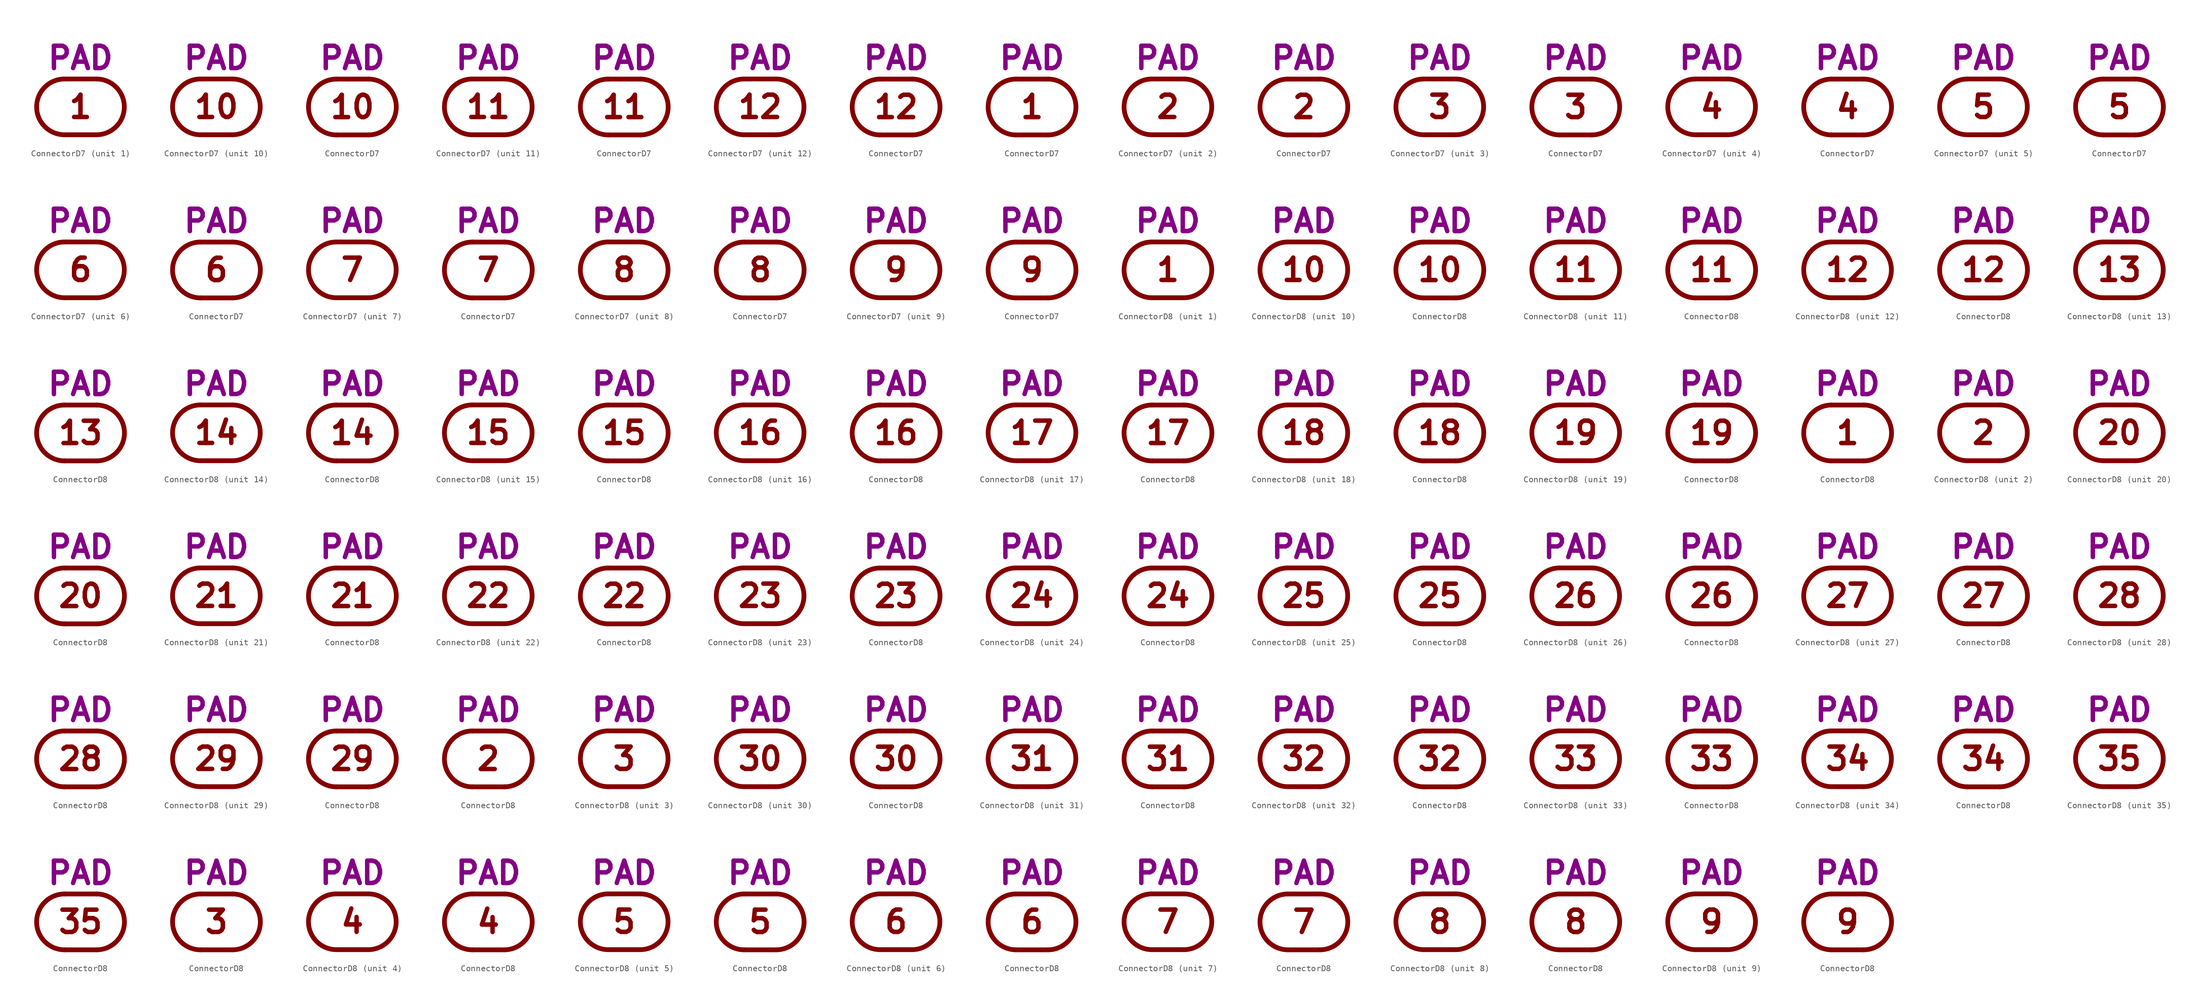
<source format=kicad_sym>
(kicad_symbol_lib
  (version 20211014)
  (generator kicad_symbol_editor)
  (symbol "ConnectorD7"
    (pin_numbers hide)
    (pin_names
      (offset 0) hide)
    (property "Reference" "J"
      (at 0 8.255 0)
      (effects (font (size 3.556 3.556)) hide))
    (property "Caption" "PAD"
      (at 0 5.715 0)
      (effects (font (size 3.556 3.556) bold) (justify bottom)))
    (property "ki_locked" ""
      (at 0 0 0)
      (effects (font (size 1.27 1.27))))
    (symbol "ConnectorD7_0_0"
      (arc (start -2.54 4.445) (mid -6.985 0) (end -2.54 -4.445) (stroke (width 0.762) (type default) (color 0 0 0 0)) (fill (type none)))
      (polyline (pts (xy -2.54 -4.445) (xy 2.54 -4.445)) (stroke (width 0.762) (type default) (color 0 0 0 0)) (fill (type none)))
      (polyline (pts (xy -2.54 4.445) (xy 2.54 4.445)) (stroke (width 0.762) (type default) (color 0 0 0 0)) (fill (type none)))
      (arc (start 2.54 -4.445) (mid 6.985 0) (end 2.54 4.445) (stroke (width 0.762) (type default) (color 0 0 0 0)) (fill (type none))))
    (symbol "ConnectorD7_1_0"
      (text "1" (at 0 0 0) (effects (font (size 3.556 3.556) bold))))
    (symbol "ConnectorD7_1_1"
      (pin passive line (at 6.985 0 180) (length 0) (name "1" (effects (font (size 3.556 3.556)))) (number "1" (effects (font (size 3.556 3.556))))))
    (symbol "ConnectorD7_1_2"
      (pin passive line (at 0 4.445 270) (length 0) (name "1" (effects (font (size 3.556 3.556)))) (number "1" (effects (font (size 3.556 3.556))))))
    (symbol "ConnectorD7_2_0"
      (text "2" (at 0 0 0) (effects (font (size 3.556 3.556) bold))))
    (symbol "ConnectorD7_2_1"
      (pin passive line (at 6.985 0 180) (length 0) (name "2" (effects (font (size 3.556 3.556)))) (number "2" (effects (font (size 3.556 3.556))))))
    (symbol "ConnectorD7_2_2"
      (pin passive line (at 0 4.445 270) (length 0) (name "2" (effects (font (size 3.556 3.556)))) (number "2" (effects (font (size 3.556 3.556))))))
    (symbol "ConnectorD7_3_0"
      (text "3" (at 0 0 0) (effects (font (size 3.556 3.556) bold))))
    (symbol "ConnectorD7_3_1"
      (pin passive line (at 6.985 0 180) (length 0) (name "3" (effects (font (size 3.556 3.556)))) (number "3" (effects (font (size 3.556 3.556))))))
    (symbol "ConnectorD7_3_2"
      (pin passive line (at 0 4.445 270) (length 0) (name "3" (effects (font (size 3.556 3.556)))) (number "3" (effects (font (size 3.556 3.556))))))
    (symbol "ConnectorD7_4_0"
      (text "4" (at 0 0 0) (effects (font (size 3.556 3.556) bold))))
    (symbol "ConnectorD7_4_1"
      (pin passive line (at 6.985 0 180) (length 0) (name "4" (effects (font (size 3.556 3.556)))) (number "4" (effects (font (size 3.556 3.556))))))
    (symbol "ConnectorD7_4_2"
      (pin passive line (at 0 4.445 270) (length 0) (name "4" (effects (font (size 3.556 3.556)))) (number "4" (effects (font (size 3.556 3.556))))))
    (symbol "ConnectorD7_5_0"
      (text "5" (at 0 0 0) (effects (font (size 3.556 3.556) bold))))
    (symbol "ConnectorD7_5_1"
      (pin passive line (at 6.985 0 180) (length 0) (name "5" (effects (font (size 3.556 3.556)))) (number "5" (effects (font (size 3.556 3.556))))))
    (symbol "ConnectorD7_5_2"
      (pin passive line (at 0 4.445 270) (length 0) (name "5" (effects (font (size 3.556 3.556)))) (number "5" (effects (font (size 3.556 3.556))))))
    (symbol "ConnectorD7_6_0"
      (text "6" (at 0 0 0) (effects (font (size 3.556 3.556) bold))))
    (symbol "ConnectorD7_6_1"
      (pin passive line (at 6.985 0 180) (length 0) (name "6" (effects (font (size 3.556 3.556)))) (number "6" (effects (font (size 3.556 3.556))))))
    (symbol "ConnectorD7_6_2"
      (pin passive line (at 0 4.445 270) (length 0) (name "6" (effects (font (size 3.556 3.556)))) (number "6" (effects (font (size 3.556 3.556))))))
    (symbol "ConnectorD7_7_0"
      (text "7" (at 0 0 0) (effects (font (size 3.556 3.556) bold))))
    (symbol "ConnectorD7_7_1"
      (pin passive line (at 6.985 0 180) (length 0) (name "7" (effects (font (size 3.556 3.556)))) (number "7" (effects (font (size 3.556 3.556))))))
    (symbol "ConnectorD7_7_2"
      (pin passive line (at 0 4.445 270) (length 0) (name "7" (effects (font (size 3.556 3.556)))) (number "7" (effects (font (size 3.556 3.556))))))
    (symbol "ConnectorD7_8_0"
      (text "8" (at 0 0 0) (effects (font (size 3.556 3.556) bold))))
    (symbol "ConnectorD7_8_1"
      (pin passive line (at 6.985 0 180) (length 0) (name "8" (effects (font (size 3.556 3.556)))) (number "8" (effects (font (size 3.556 3.556))))))
    (symbol "ConnectorD7_8_2"
      (pin passive line (at 0 4.445 270) (length 0) (name "8" (effects (font (size 3.556 3.556)))) (number "8" (effects (font (size 3.556 3.556))))))
    (symbol "ConnectorD7_9_0"
      (text "9" (at 0 0 0) (effects (font (size 3.556 3.556) bold))))
    (symbol "ConnectorD7_9_1"
      (pin passive line (at 6.985 0 180) (length 0) (name "9" (effects (font (size 3.556 3.556)))) (number "9" (effects (font (size 3.556 3.556))))))
    (symbol "ConnectorD7_9_2"
      (pin passive line (at 0 4.445 270) (length 0) (name "9" (effects (font (size 3.556 3.556)))) (number "9" (effects (font (size 3.556 3.556))))))
    (symbol "ConnectorD7_10_0"
      (text "10" (at 0 0 0) (effects (font (size 3.556 3.556) bold))))
    (symbol "ConnectorD7_10_1"
      (pin passive line (at 6.985 0 180) (length 0) (name "10" (effects (font (size 3.556 3.556)))) (number "10" (effects (font (size 3.556 3.556))))))
    (symbol "ConnectorD7_10_2"
      (pin passive line (at 0 4.445 270) (length 0) (name "10" (effects (font (size 3.556 3.556)))) (number "10" (effects (font (size 3.556 3.556))))))
    (symbol "ConnectorD7_11_0"
      (text "11" (at 0 0 0) (effects (font (size 3.556 3.556) bold))))
    (symbol "ConnectorD7_11_1"
      (pin passive line (at 6.985 0 180) (length 0) (name "11" (effects (font (size 3.556 3.556)))) (number "11" (effects (font (size 3.556 3.556))))))
    (symbol "ConnectorD7_11_2"
      (pin passive line (at 0 4.445 270) (length 0) (name "11" (effects (font (size 3.556 3.556)))) (number "11" (effects (font (size 3.556 3.556))))))
    (symbol "ConnectorD7_12_0"
      (text "12" (at 0 0 0) (effects (font (size 3.556 3.556) bold))))
    (symbol "ConnectorD7_12_1"
      (pin passive line (at 6.985 0 180) (length 0) (name "12" (effects (font (size 3.556 3.556)))) (number "12" (effects (font (size 3.556 3.556))))))
    (symbol "ConnectorD7_12_2"
      (pin passive line (at 0 4.445 270) (length 0) (name "12" (effects (font (size 3.556 3.556)))) (number "12" (effects (font (size 3.556 3.556)))))))
  (symbol "ConnectorD8"
    (pin_numbers hide)
    (pin_names
      (offset 0) hide)
    (property "Reference" "J"
      (at 0 8.255 0)
      (effects (font (size 3.556 3.556)) hide))
    (property "Caption" "PAD"
      (at 0 5.715 0)
      (effects (font (size 3.556 3.556) bold) (justify bottom)))
    (property "ki_locked" ""
      (at 0 0 0)
      (effects (font (size 1.27 1.27))))
    (symbol "ConnectorD8_0_0"
      (arc (start -2.54 4.445) (mid -6.985 0) (end -2.54 -4.445) (stroke (width 0.762) (type default) (color 0 0 0 0)) (fill (type none)))
      (polyline (pts (xy -2.54 -4.445) (xy 2.54 -4.445)) (stroke (width 0.762) (type default) (color 0 0 0 0)) (fill (type none)))
      (polyline (pts (xy -2.54 4.445) (xy 2.54 4.445)) (stroke (width 0.762) (type default) (color 0 0 0 0)) (fill (type none)))
      (arc (start 2.54 -4.445) (mid 6.985 0) (end 2.54 4.445) (stroke (width 0.762) (type default) (color 0 0 0 0)) (fill (type none))))
    (symbol "ConnectorD8_1_0"
      (text "1" (at 0 0 0) (effects (font (size 3.556 3.556) bold))))
    (symbol "ConnectorD8_1_1"
      (pin passive line (at 6.985 0 180) (length 0) (name "1" (effects (font (size 3.556 3.556)))) (number "1" (effects (font (size 3.556 3.556))))))
    (symbol "ConnectorD8_1_2"
      (pin passive line (at 0 4.445 270) (length 0) (name "1" (effects (font (size 3.556 3.556)))) (number "1" (effects (font (size 3.556 3.556))))))
    (symbol "ConnectorD8_2_0"
      (text "2" (at 0 0 0) (effects (font (size 3.556 3.556) bold))))
    (symbol "ConnectorD8_2_1"
      (pin passive line (at 6.985 0 180) (length 0) (name "2" (effects (font (size 3.556 3.556)))) (number "2" (effects (font (size 3.556 3.556))))))
    (symbol "ConnectorD8_2_2"
      (pin passive line (at 0 4.445 270) (length 0) (name "2" (effects (font (size 3.556 3.556)))) (number "2" (effects (font (size 3.556 3.556))))))
    (symbol "ConnectorD8_3_0"
      (text "3" (at 0 0 0) (effects (font (size 3.556 3.556) bold))))
    (symbol "ConnectorD8_3_1"
      (pin passive line (at 6.985 0 180) (length 0) (name "3" (effects (font (size 3.556 3.556)))) (number "3" (effects (font (size 3.556 3.556))))))
    (symbol "ConnectorD8_3_2"
      (pin passive line (at 0 4.445 270) (length 0) (name "3" (effects (font (size 3.556 3.556)))) (number "3" (effects (font (size 3.556 3.556))))))
    (symbol "ConnectorD8_4_0"
      (text "4" (at 0 0 0) (effects (font (size 3.556 3.556) bold))))
    (symbol "ConnectorD8_4_1"
      (pin passive line (at 6.985 0 180) (length 0) (name "4" (effects (font (size 3.556 3.556)))) (number "4" (effects (font (size 3.556 3.556))))))
    (symbol "ConnectorD8_4_2"
      (pin passive line (at 0 4.445 270) (length 0) (name "4" (effects (font (size 3.556 3.556)))) (number "4" (effects (font (size 3.556 3.556))))))
    (symbol "ConnectorD8_5_0"
      (text "5" (at 0 0 0) (effects (font (size 3.556 3.556) bold))))
    (symbol "ConnectorD8_5_1"
      (pin passive line (at 6.985 0 180) (length 0) (name "5" (effects (font (size 3.556 3.556)))) (number "5" (effects (font (size 3.556 3.556))))))
    (symbol "ConnectorD8_5_2"
      (pin passive line (at 0 4.445 270) (length 0) (name "5" (effects (font (size 3.556 3.556)))) (number "5" (effects (font (size 3.556 3.556))))))
    (symbol "ConnectorD8_6_0"
      (text "6" (at 0 0 0) (effects (font (size 3.556 3.556) bold))))
    (symbol "ConnectorD8_6_1"
      (pin passive line (at 6.985 0 180) (length 0) (name "6" (effects (font (size 3.556 3.556)))) (number "6" (effects (font (size 3.556 3.556))))))
    (symbol "ConnectorD8_6_2"
      (pin passive line (at 0 4.445 270) (length 0) (name "6" (effects (font (size 3.556 3.556)))) (number "6" (effects (font (size 3.556 3.556))))))
    (symbol "ConnectorD8_7_0"
      (text "7" (at 0 0 0) (effects (font (size 3.556 3.556) bold))))
    (symbol "ConnectorD8_7_1"
      (pin passive line (at 6.985 0 180) (length 0) (name "7" (effects (font (size 3.556 3.556)))) (number "7" (effects (font (size 3.556 3.556))))))
    (symbol "ConnectorD8_7_2"
      (pin passive line (at 0 4.445 270) (length 0) (name "7" (effects (font (size 3.556 3.556)))) (number "7" (effects (font (size 3.556 3.556))))))
    (symbol "ConnectorD8_8_0"
      (text "8" (at 0 0 0) (effects (font (size 3.556 3.556) bold))))
    (symbol "ConnectorD8_8_1"
      (pin passive line (at 6.985 0 180) (length 0) (name "8" (effects (font (size 3.556 3.556)))) (number "8" (effects (font (size 3.556 3.556))))))
    (symbol "ConnectorD8_8_2"
      (pin passive line (at 0 4.445 270) (length 0) (name "8" (effects (font (size 3.556 3.556)))) (number "8" (effects (font (size 3.556 3.556))))))
    (symbol "ConnectorD8_9_0"
      (text "9" (at 0 0 0) (effects (font (size 3.556 3.556) bold))))
    (symbol "ConnectorD8_9_1"
      (pin passive line (at 6.985 0 180) (length 0) (name "9" (effects (font (size 3.556 3.556)))) (number "9" (effects (font (size 3.556 3.556))))))
    (symbol "ConnectorD8_9_2"
      (pin passive line (at 0 4.445 270) (length 0) (name "9" (effects (font (size 3.556 3.556)))) (number "9" (effects (font (size 3.556 3.556))))))
    (symbol "ConnectorD8_10_0"
      (text "10" (at 0 0 0) (effects (font (size 3.556 3.556) bold))))
    (symbol "ConnectorD8_10_1"
      (pin passive line (at 6.985 0 180) (length 0) (name "10" (effects (font (size 3.556 3.556)))) (number "10" (effects (font (size 3.556 3.556))))))
    (symbol "ConnectorD8_10_2"
      (pin passive line (at 0 4.445 270) (length 0) (name "10" (effects (font (size 3.556 3.556)))) (number "10" (effects (font (size 3.556 3.556))))))
    (symbol "ConnectorD8_11_0"
      (text "11" (at 0 0 0) (effects (font (size 3.556 3.556) bold))))
    (symbol "ConnectorD8_11_1"
      (pin passive line (at 6.985 0 180) (length 0) (name "11" (effects (font (size 3.556 3.556)))) (number "11" (effects (font (size 3.556 3.556))))))
    (symbol "ConnectorD8_11_2"
      (pin passive line (at 0 4.445 270) (length 0) (name "11" (effects (font (size 3.556 3.556)))) (number "11" (effects (font (size 3.556 3.556))))))
    (symbol "ConnectorD8_12_0"
      (text "12" (at 0 0 0) (effects (font (size 3.556 3.556) bold))))
    (symbol "ConnectorD8_12_1"
      (pin passive line (at 6.985 0 180) (length 0) (name "12" (effects (font (size 3.556 3.556)))) (number "12" (effects (font (size 3.556 3.556))))))
    (symbol "ConnectorD8_12_2"
      (pin passive line (at 0 4.445 270) (length 0) (name "12" (effects (font (size 3.556 3.556)))) (number "12" (effects (font (size 3.556 3.556))))))
    (symbol "ConnectorD8_13_0"
      (text "13" (at 0 0 0) (effects (font (size 3.556 3.556) bold))))
    (symbol "ConnectorD8_13_1"
      (pin passive line (at 6.985 0 180) (length 0) (name "13" (effects (font (size 3.556 3.556)))) (number "13" (effects (font (size 3.556 3.556))))))
    (symbol "ConnectorD8_13_2"
      (pin passive line (at 0 4.445 270) (length 0) (name "13" (effects (font (size 3.556 3.556)))) (number "13" (effects (font (size 3.556 3.556))))))
    (symbol "ConnectorD8_14_0"
      (text "14" (at 0 0 0) (effects (font (size 3.556 3.556) bold))))
    (symbol "ConnectorD8_14_1"
      (pin passive line (at 6.985 0 180) (length 0) (name "14" (effects (font (size 3.556 3.556)))) (number "14" (effects (font (size 3.556 3.556))))))
    (symbol "ConnectorD8_14_2"
      (pin passive line (at 0 4.445 270) (length 0) (name "14" (effects (font (size 3.556 3.556)))) (number "14" (effects (font (size 3.556 3.556))))))
    (symbol "ConnectorD8_15_0"
      (text "15" (at 0 0 0) (effects (font (size 3.556 3.556) bold))))
    (symbol "ConnectorD8_15_1"
      (pin passive line (at 6.985 0 180) (length 0) (name "15" (effects (font (size 3.556 3.556)))) (number "15" (effects (font (size 3.556 3.556))))))
    (symbol "ConnectorD8_15_2"
      (pin passive line (at 0 4.445 270) (length 0) (name "15" (effects (font (size 3.556 3.556)))) (number "15" (effects (font (size 3.556 3.556))))))
    (symbol "ConnectorD8_16_0"
      (text "16" (at 0 0 0) (effects (font (size 3.556 3.556) bold))))
    (symbol "ConnectorD8_16_1"
      (pin passive line (at 6.985 0 180) (length 0) (name "16" (effects (font (size 3.556 3.556)))) (number "16" (effects (font (size 3.556 3.556))))))
    (symbol "ConnectorD8_16_2"
      (pin passive line (at 0 4.445 270) (length 0) (name "16" (effects (font (size 3.556 3.556)))) (number "16" (effects (font (size 3.556 3.556))))))
    (symbol "ConnectorD8_17_0"
      (text "17" (at 0 0 0) (effects (font (size 3.556 3.556) bold))))
    (symbol "ConnectorD8_17_1"
      (pin passive line (at 6.985 0 180) (length 0) (name "17" (effects (font (size 3.556 3.556)))) (number "17" (effects (font (size 3.556 3.556))))))
    (symbol "ConnectorD8_17_2"
      (pin passive line (at 0 4.445 270) (length 0) (name "17" (effects (font (size 3.556 3.556)))) (number "17" (effects (font (size 3.556 3.556))))))
    (symbol "ConnectorD8_18_0"
      (text "18" (at 0 0 0) (effects (font (size 3.556 3.556) bold))))
    (symbol "ConnectorD8_18_1"
      (pin passive line (at 6.985 0 180) (length 0) (name "18" (effects (font (size 3.556 3.556)))) (number "18" (effects (font (size 3.556 3.556))))))
    (symbol "ConnectorD8_18_2"
      (pin passive line (at 0 4.445 270) (length 0) (name "18" (effects (font (size 3.556 3.556)))) (number "18" (effects (font (size 3.556 3.556))))))
    (symbol "ConnectorD8_19_0"
      (text "19" (at 0 0 0) (effects (font (size 3.556 3.556) bold))))
    (symbol "ConnectorD8_19_1"
      (pin passive line (at 6.985 0 180) (length 0) (name "19" (effects (font (size 3.556 3.556)))) (number "19" (effects (font (size 3.556 3.556))))))
    (symbol "ConnectorD8_19_2"
      (pin passive line (at 0 4.445 270) (length 0) (name "19" (effects (font (size 3.556 3.556)))) (number "19" (effects (font (size 3.556 3.556))))))
    (symbol "ConnectorD8_20_0"
      (text "20" (at 0 0 0) (effects (font (size 3.556 3.556) bold))))
    (symbol "ConnectorD8_20_1"
      (pin passive line (at 6.985 0 180) (length 0) (name "20" (effects (font (size 3.556 3.556)))) (number "20" (effects (font (size 3.556 3.556))))))
    (symbol "ConnectorD8_20_2"
      (pin passive line (at 0 4.445 270) (length 0) (name "20" (effects (font (size 3.556 3.556)))) (number "20" (effects (font (size 3.556 3.556))))))
    (symbol "ConnectorD8_21_0"
      (text "21" (at 0 0 0) (effects (font (size 3.556 3.556) bold))))
    (symbol "ConnectorD8_21_1"
      (pin passive line (at 6.985 0 180) (length 0) (name "21" (effects (font (size 3.556 3.556)))) (number "21" (effects (font (size 3.556 3.556))))))
    (symbol "ConnectorD8_21_2"
      (pin passive line (at 0 4.445 270) (length 0) (name "21" (effects (font (size 3.556 3.556)))) (number "21" (effects (font (size 3.556 3.556))))))
    (symbol "ConnectorD8_22_0"
      (text "22" (at 0 0 0) (effects (font (size 3.556 3.556) bold))))
    (symbol "ConnectorD8_22_1"
      (pin passive line (at 6.985 0 180) (length 0) (name "22" (effects (font (size 3.556 3.556)))) (number "22" (effects (font (size 3.556 3.556))))))
    (symbol "ConnectorD8_22_2"
      (pin passive line (at 0 4.445 270) (length 0) (name "22" (effects (font (size 3.556 3.556)))) (number "22" (effects (font (size 3.556 3.556))))))
    (symbol "ConnectorD8_23_0"
      (text "23" (at 0 0 0) (effects (font (size 3.556 3.556) bold))))
    (symbol "ConnectorD8_23_1"
      (pin passive line (at 6.985 0 180) (length 0) (name "23" (effects (font (size 3.556 3.556)))) (number "23" (effects (font (size 3.556 3.556))))))
    (symbol "ConnectorD8_23_2"
      (pin passive line (at 0 4.445 270) (length 0) (name "23" (effects (font (size 3.556 3.556)))) (number "23" (effects (font (size 3.556 3.556))))))
    (symbol "ConnectorD8_24_0"
      (text "24" (at 0 0 0) (effects (font (size 3.556 3.556) bold))))
    (symbol "ConnectorD8_24_1"
      (pin passive line (at 6.985 0 180) (length 0) (name "24" (effects (font (size 3.556 3.556)))) (number "24" (effects (font (size 3.556 3.556))))))
    (symbol "ConnectorD8_24_2"
      (pin passive line (at 0 4.445 270) (length 0) (name "24" (effects (font (size 3.556 3.556)))) (number "24" (effects (font (size 3.556 3.556))))))
    (symbol "ConnectorD8_25_0"
      (text "25" (at 0 0 0) (effects (font (size 3.556 3.556) bold))))
    (symbol "ConnectorD8_25_1"
      (pin passive line (at 6.985 0 180) (length 0) (name "25" (effects (font (size 3.556 3.556)))) (number "25" (effects (font (size 3.556 3.556))))))
    (symbol "ConnectorD8_25_2"
      (pin passive line (at 0 4.445 270) (length 0) (name "25" (effects (font (size 3.556 3.556)))) (number "25" (effects (font (size 3.556 3.556))))))
    (symbol "ConnectorD8_26_0"
      (text "26" (at 0 0 0) (effects (font (size 3.556 3.556) bold))))
    (symbol "ConnectorD8_26_1"
      (pin passive line (at 6.985 0 180) (length 0) (name "26" (effects (font (size 3.556 3.556)))) (number "26" (effects (font (size 3.556 3.556))))))
    (symbol "ConnectorD8_26_2"
      (pin passive line (at 0 4.445 270) (length 0) (name "26" (effects (font (size 3.556 3.556)))) (number "26" (effects (font (size 3.556 3.556))))))
    (symbol "ConnectorD8_27_0"
      (text "27" (at 0 0 0) (effects (font (size 3.556 3.556) bold))))
    (symbol "ConnectorD8_27_1"
      (pin passive line (at 6.985 0 180) (length 0) (name "27" (effects (font (size 3.556 3.556)))) (number "27" (effects (font (size 3.556 3.556))))))
    (symbol "ConnectorD8_27_2"
      (pin passive line (at 0 4.445 270) (length 0) (name "27" (effects (font (size 3.556 3.556)))) (number "27" (effects (font (size 3.556 3.556))))))
    (symbol "ConnectorD8_28_0"
      (text "28" (at 0 0 0) (effects (font (size 3.556 3.556) bold))))
    (symbol "ConnectorD8_28_1"
      (pin passive line (at 6.985 0 180) (length 0) (name "28" (effects (font (size 3.556 3.556)))) (number "28" (effects (font (size 3.556 3.556))))))
    (symbol "ConnectorD8_28_2"
      (pin passive line (at 0 4.445 270) (length 0) (name "28" (effects (font (size 3.556 3.556)))) (number "28" (effects (font (size 3.556 3.556))))))
    (symbol "ConnectorD8_29_0"
      (text "29" (at 0 0 0) (effects (font (size 3.556 3.556) bold))))
    (symbol "ConnectorD8_29_1"
      (pin passive line (at 6.985 0 180) (length 0) (name "29" (effects (font (size 3.556 3.556)))) (number "29" (effects (font (size 3.556 3.556))))))
    (symbol "ConnectorD8_29_2"
      (pin passive line (at 0 4.445 270) (length 0) (name "29" (effects (font (size 3.556 3.556)))) (number "29" (effects (font (size 3.556 3.556))))))
    (symbol "ConnectorD8_30_0"
      (text "30" (at 0 0 0) (effects (font (size 3.556 3.556) bold))))
    (symbol "ConnectorD8_30_1"
      (pin passive line (at 6.985 0 180) (length 0) (name "30" (effects (font (size 3.556 3.556)))) (number "30" (effects (font (size 3.556 3.556))))))
    (symbol "ConnectorD8_30_2"
      (pin passive line (at 0 4.445 270) (length 0) (name "30" (effects (font (size 3.556 3.556)))) (number "30" (effects (font (size 3.556 3.556))))))
    (symbol "ConnectorD8_31_0"
      (text "31" (at 0 0 0) (effects (font (size 3.556 3.556) bold))))
    (symbol "ConnectorD8_31_1"
      (pin passive line (at 6.985 0 180) (length 0) (name "31" (effects (font (size 3.556 3.556)))) (number "31" (effects (font (size 3.556 3.556))))))
    (symbol "ConnectorD8_31_2"
      (pin passive line (at 0 4.445 270) (length 0) (name "31" (effects (font (size 3.556 3.556)))) (number "31" (effects (font (size 3.556 3.556))))))
    (symbol "ConnectorD8_32_0"
      (text "32" (at 0 0 0) (effects (font (size 3.556 3.556) bold))))
    (symbol "ConnectorD8_32_1"
      (pin passive line (at 6.985 0 180) (length 0) (name "32" (effects (font (size 3.556 3.556)))) (number "32" (effects (font (size 3.556 3.556))))))
    (symbol "ConnectorD8_32_2"
      (pin passive line (at 0 4.445 270) (length 0) (name "32" (effects (font (size 3.556 3.556)))) (number "32" (effects (font (size 3.556 3.556))))))
    (symbol "ConnectorD8_33_0"
      (text "33" (at 0 0 0) (effects (font (size 3.556 3.556) bold))))
    (symbol "ConnectorD8_33_1"
      (pin passive line (at 6.985 0 180) (length 0) (name "33" (effects (font (size 3.556 3.556)))) (number "33" (effects (font (size 3.556 3.556))))))
    (symbol "ConnectorD8_33_2"
      (pin passive line (at 0 4.445 270) (length 0) (name "33" (effects (font (size 3.556 3.556)))) (number "33" (effects (font (size 3.556 3.556))))))
    (symbol "ConnectorD8_34_0"
      (text "34" (at 0 0 0) (effects (font (size 3.556 3.556) bold))))
    (symbol "ConnectorD8_34_1"
      (pin passive line (at 6.985 0 180) (length 0) (name "34" (effects (font (size 3.556 3.556)))) (number "34" (effects (font (size 3.556 3.556))))))
    (symbol "ConnectorD8_34_2"
      (pin passive line (at 0 4.445 270) (length 0) (name "34" (effects (font (size 3.556 3.556)))) (number "34" (effects (font (size 3.556 3.556))))))
    (symbol "ConnectorD8_35_0"
      (text "35" (at 0 0 0) (effects (font (size 3.556 3.556) bold))))
    (symbol "ConnectorD8_35_1"
      (pin passive line (at 6.985 0 180) (length 0) (name "35" (effects (font (size 3.556 3.556)))) (number "35" (effects (font (size 3.556 3.556))))))
    (symbol "ConnectorD8_35_2"
      (pin passive line (at 0 4.445 270) (length 0) (name "35" (effects (font (size 3.556 3.556)))) (number "35" (effects (font (size 3.556 3.556))))))))
</source>
